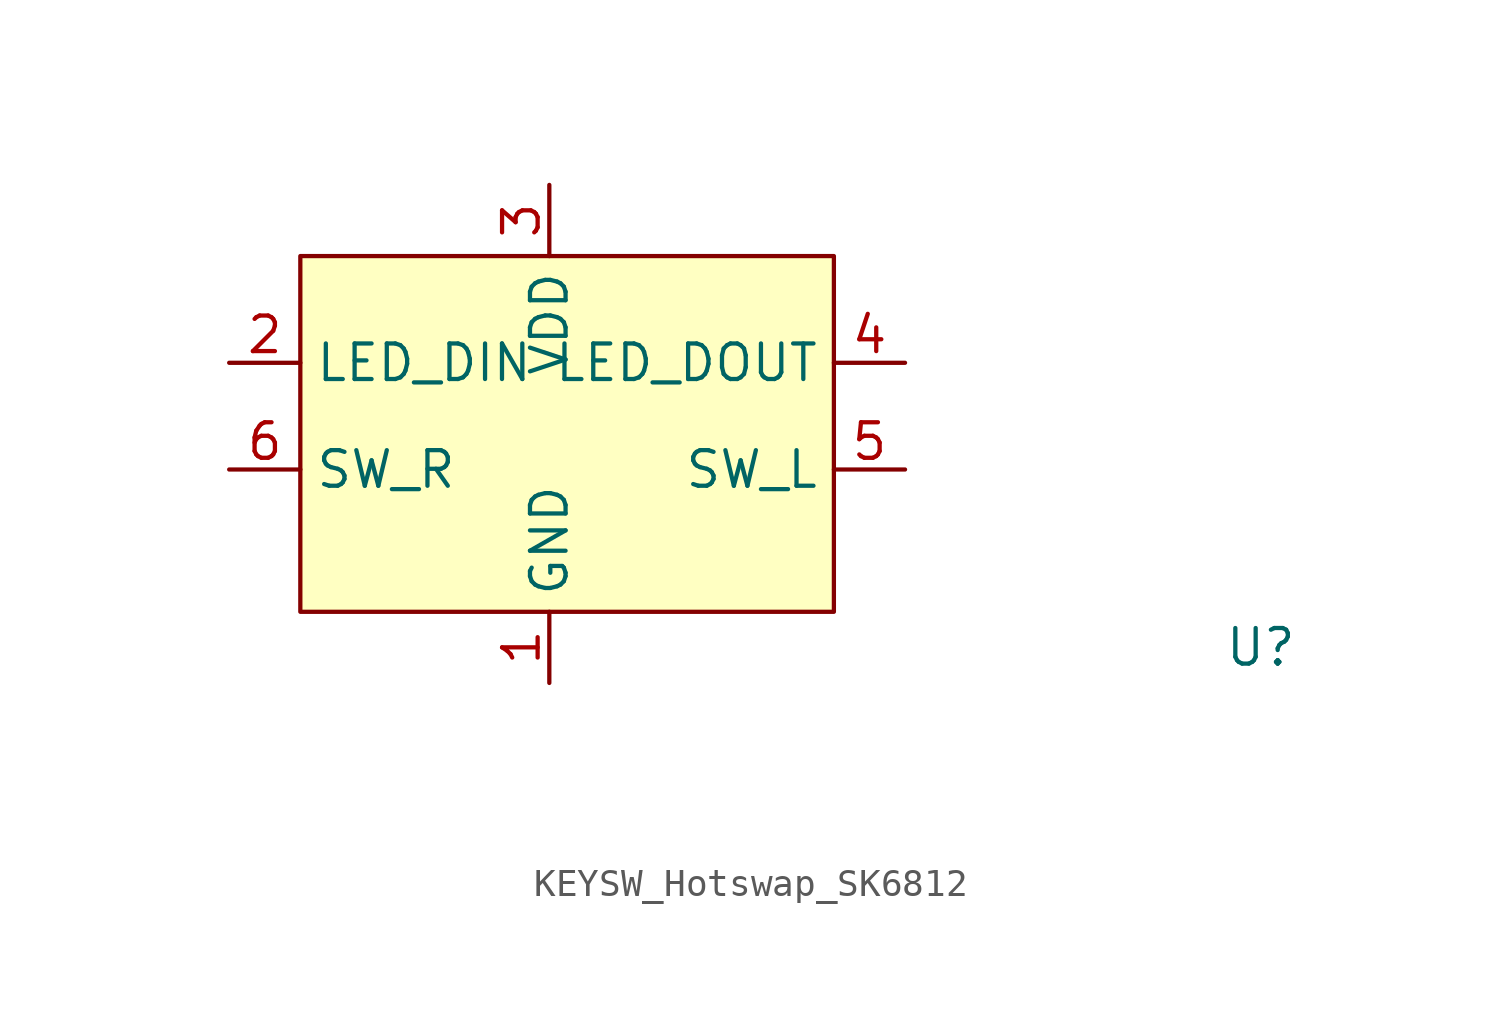
<source format=kicad_sym>
(kicad_symbol_lib
  (version 20220914)
  (generator kicad_symbol_editor)
  (symbol "KEYSW_Hotswap_SK6812"
    (property "Reference" "U"
      (at 25.4 -10.16 0)
      (effects (font (size 1.27 1.27))))
    (property "Value" ""
      (at 8.89 -15.24 0)
      (effects (font (size 1.27 1.27))))
    (symbol "KEYSW_Hotswap_SK6812_1_1"
      (rectangle (start -8.89 3.81) (end 10.16 -8.89) (stroke (width 0) (type default)) (fill (type background)))
      (pin power_in line (at 0 -11.43 90) (length 2.54) (name "GND" (effects (font (size 1.27 1.27)))) (number "1" (effects (font (size 1.27 1.27)))))
      (pin input line (at -11.43 0 0) (length 2.54) (name "LED_DIN" (effects (font (size 1.27 1.27)))) (number "2" (effects (font (size 1.27 1.27)))))
      (pin power_in line (at 0 6.35 270) (length 2.54) (name "VDD" (effects (font (size 1.27 1.27)))) (number "3" (effects (font (size 1.27 1.27)))))
      (pin output line (at 12.7 0 180) (length 2.54) (name "LED_DOUT" (effects (font (size 1.27 1.27)))) (number "4" (effects (font (size 1.27 1.27)))))
      (pin passive line (at 12.7 -3.81 180) (length 2.54) (name "SW_L" (effects (font (size 1.27 1.27)))) (number "5" (effects (font (size 1.27 1.27)))))
      (pin passive line (at -11.43 -3.81 0) (length 2.54) (name "SW_R" (effects (font (size 1.27 1.27)))) (number "6" (effects (font (size 1.27 1.27))))))))
</source>
